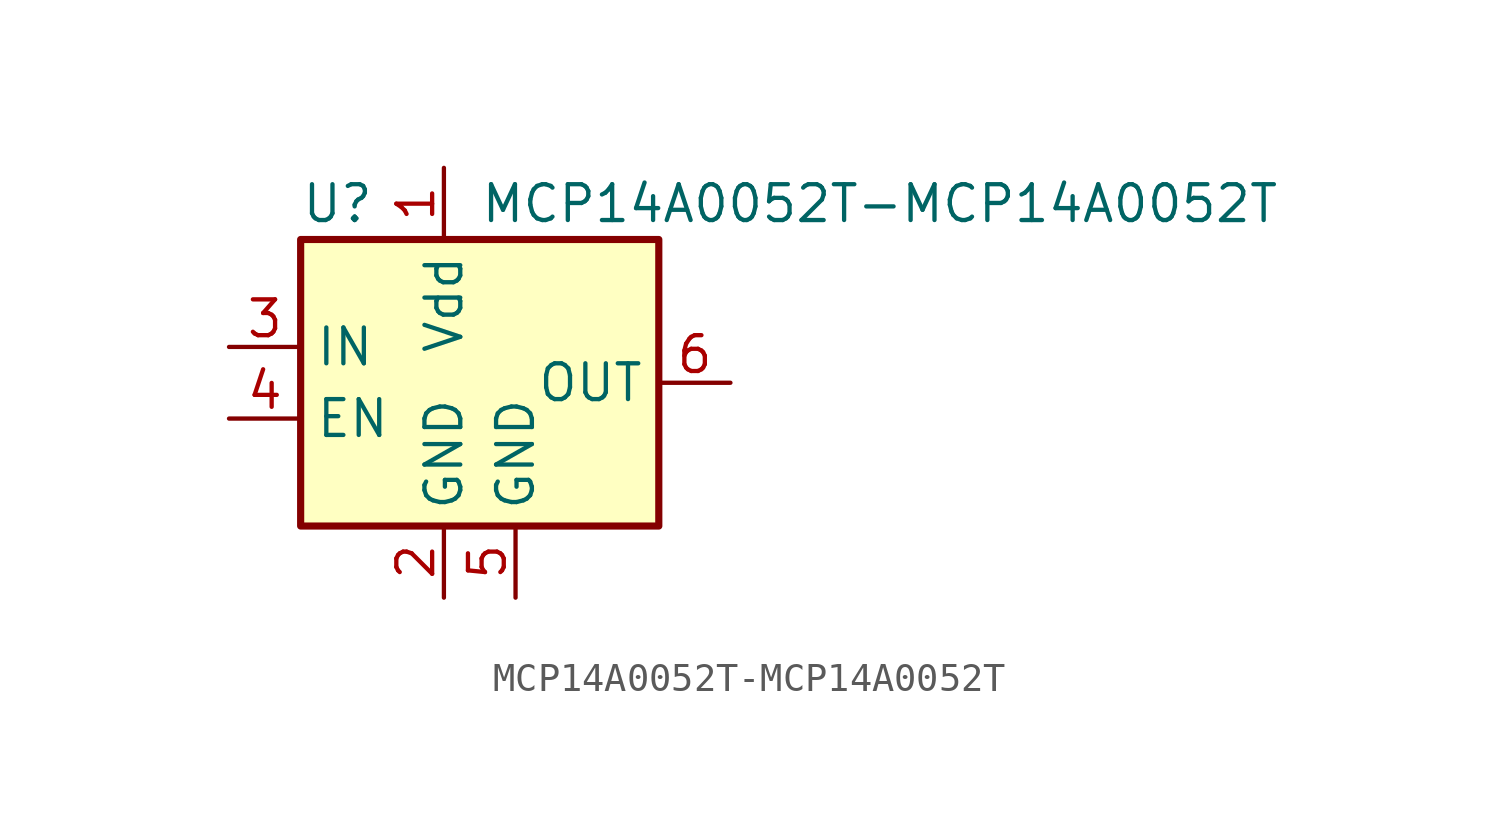
<source format=kicad_sym>
(kicad_symbol_lib
  (version 20211014)
  (generator kicad_symbol_editor)
  (symbol "MCP14A0052T-MCP14A0052T"
    (property "Reference" "U"
      (at -5.08 6.35 0)
      (effects (font (size 1.27 1.27)) (justify left)))
    (property "Value" "MCP14A0052T-MCP14A0052T"
      (at 1.27 6.35 0)
      (effects (font (size 1.27 1.27)) (justify left)))
    (symbol "MCP14A0052T-MCP14A0052T_0_1"
      (rectangle (start -5.08 5.08) (end 7.62 -5.08) (stroke (width 0.254) (type default) (color 0 0 0 0)) (fill (type background))))
    (symbol "MCP14A0052T-MCP14A0052T_1_1"
      (pin no_connect line (at 7.62 -2.54 180) (length 2.54) hide (name "NC" (effects (font (size 1.27 1.27)))) (number "1" (effects (font (size 1.27 1.27)))))
      (pin power_in line (at 0 7.62 270) (length 2.54) (name "Vdd" (effects (font (size 1.27 1.27)))) (number "1" (effects (font (size 1.27 1.27)))))
      (pin power_in line (at 0 -7.62 90) (length 2.54) (name "GND" (effects (font (size 1.27 1.27)))) (number "2" (effects (font (size 1.27 1.27)))))
      (pin input line (at -7.62 1.27 0) (length 2.54) (name "IN" (effects (font (size 1.27 1.27)))) (number "3" (effects (font (size 1.27 1.27)))))
      (pin input line (at -7.62 -1.27 0) (length 2.54) (name "EN" (effects (font (size 1.27 1.27)))) (number "4" (effects (font (size 1.27 1.27)))))
      (pin power_in line (at 2.54 -7.62 90) (length 2.54) (name "GND" (effects (font (size 1.27 1.27)))) (number "5" (effects (font (size 1.27 1.27)))))
      (pin output line (at 10.16 0 180) (length 2.54) (name "OUT" (effects (font (size 1.27 1.27)))) (number "6" (effects (font (size 1.27 1.27))))))))
</source>
